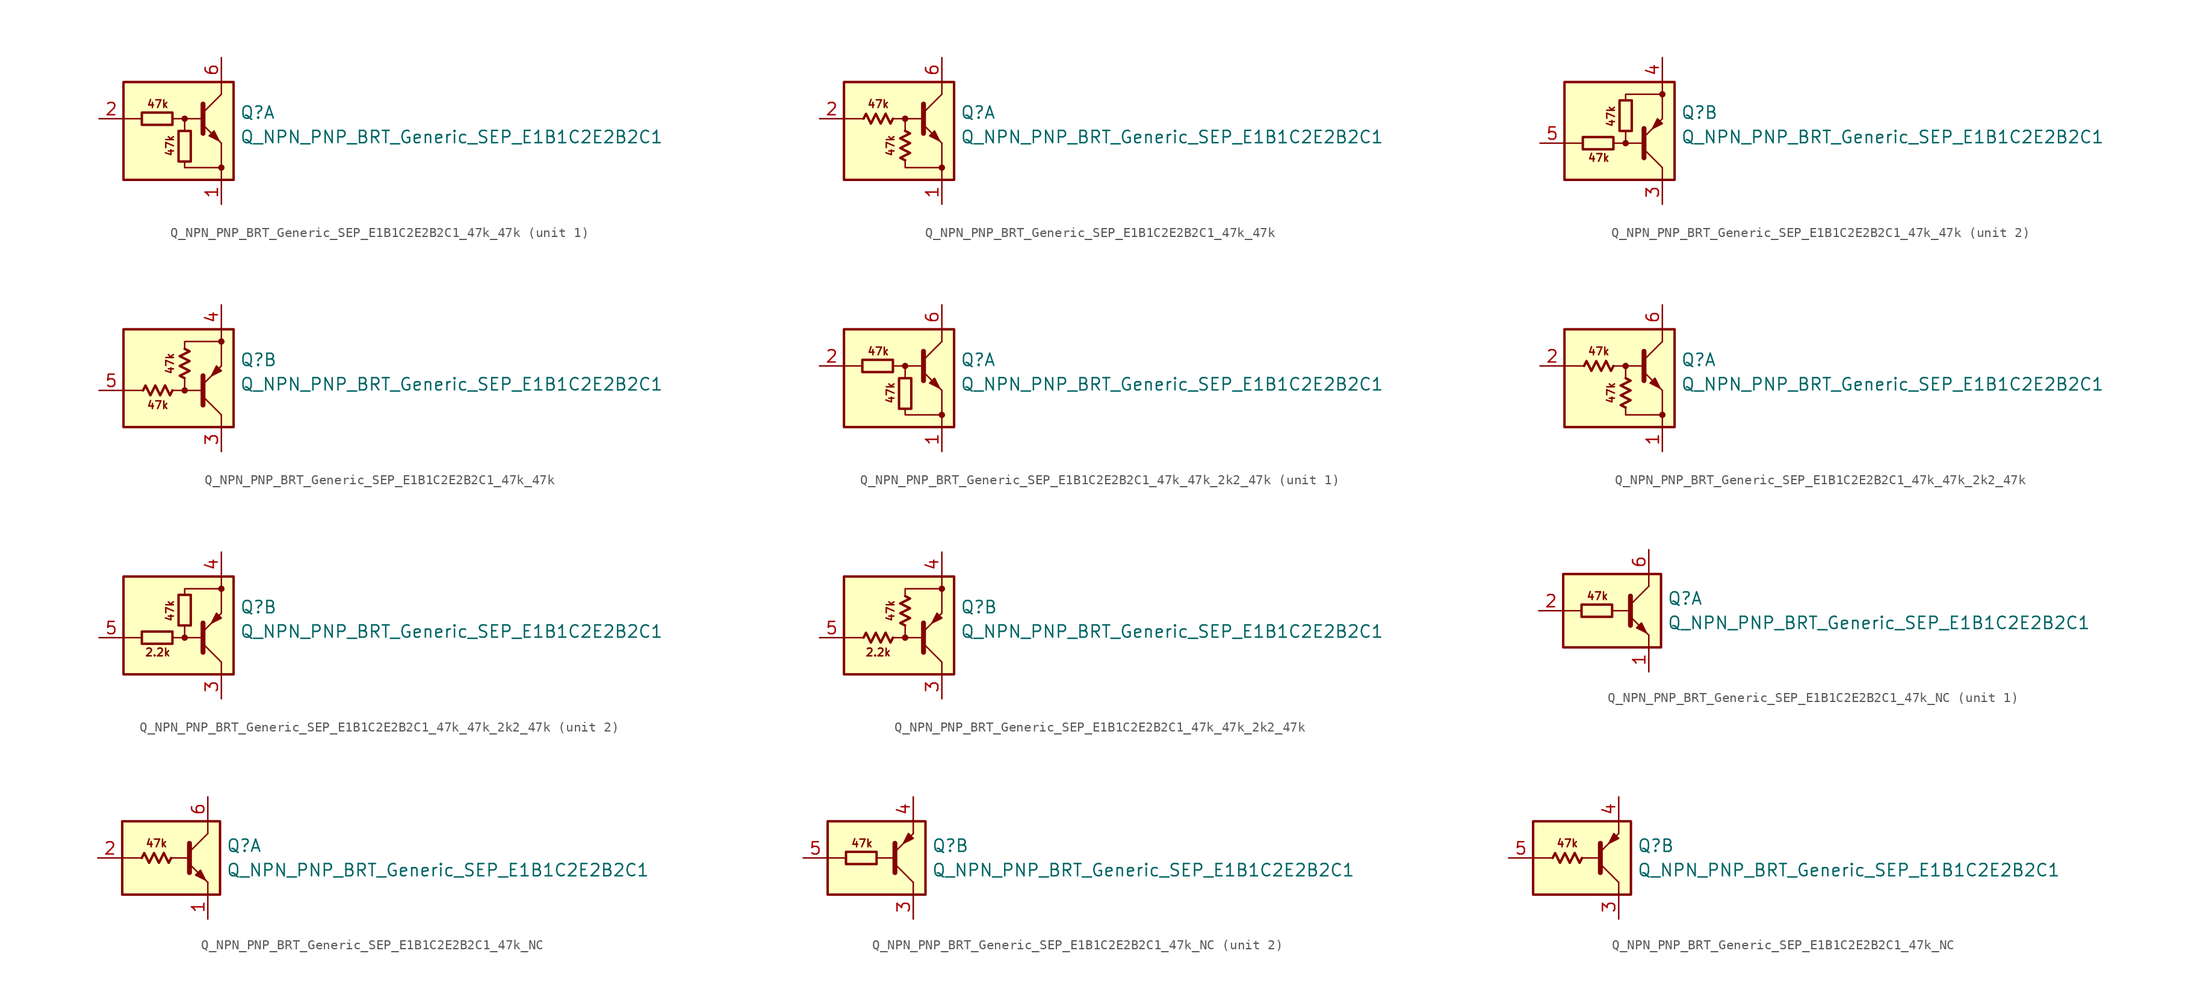
<source format=kicad_sym>
(kicad_symbol_lib
  (version 20220914)
  (generator kicad_symbol_editor)
  (symbol "Q_NPN_PNP_BRT_Generic_SEP_E1B1C2E2B2C1_47k_47k"
    (pin_names
      (offset 1.016) hide)
    (property "Reference" "Q"
      (at 5.715 1.905 0)
      (effects (font (size 1.27 1.27)) (justify left)))
    (property "Value" "Q_NPN_PNP_BRT_Generic_SEP_E1B1C2E2B2C1"
      (at 5.715 -0.635 0)
      (effects (font (size 1.27 1.27)) (justify left)))
    (property "ki_locked" ""
      (at 0 0 0)
      (effects (font (size 1.27 1.27))))
    (symbol "Q_NPN_PNP_BRT_Generic_SEP_E1B1C2E2B2C1_47k_47k_1_0"
      (rectangle (start -6.35 5.08) (end 5.08 -5.08) (stroke (width 0.254) (type default)) (fill (type background)))
      (polyline (pts (xy -4.445 1.27) (xy -6.35 1.27)) (stroke (width 0) (type default)) (fill (type none)))
      (polyline (pts (xy -0.254 1.27) (xy 1.905 1.27)) (stroke (width 0) (type default)) (fill (type none)))
      (polyline (pts (xy 1.905 1.905) (xy 3.81 3.81)) (stroke (width 0) (type default)) (fill (type none)))
      (polyline (pts (xy 1.905 2.794) (xy 1.905 -0.254)) (stroke (width 0.508) (type default)) (fill (type none)))
      (polyline (pts (xy 3.81 -3.81) (xy 3.81 -5.08)) (stroke (width 0) (type default)) (fill (type none)))
      (polyline (pts (xy 3.81 -3.81) (xy 3.81 -1.27)) (stroke (width 0) (type default)) (fill (type none)))
      (polyline (pts (xy 3.81 3.81) (xy 3.81 5.08)) (stroke (width 0) (type default)) (fill (type none)))
      (polyline (pts (xy -1.27 1.27) (xy 0 1.27) (xy 0 0)) (stroke (width 0) (type default)) (fill (type none)))
      (polyline (pts (xy 0 -3.175) (xy 0 -3.81) (xy 3.81 -3.81)) (stroke (width 0) (type default)) (fill (type none)))
      (polyline (pts (xy 1.905 0.635) (xy 3.81 -1.27) (xy 3.81 -1.27)) (stroke (width 0) (type default)) (fill (type none)))
      (polyline (pts (xy 2.54 -0.508) (xy 3.048 0) (xy 3.556 -1.016) (xy 2.54 -0.508) (xy 2.54 -0.508)) (stroke (width 0) (type default)) (fill (type outline)))
      (circle (center 0 1.27) (radius 0.254) (stroke (width 0) (type default)) (fill (type outline)))
      (circle (center 3.81 -3.81) (radius 0.254) (stroke (width 0) (type default)) (fill (type outline)))
      (text "47k" (at -2.794 2.794 0) (effects (font (size 0.8 0.8))))
      (text "47k" (at -1.524 -1.524 900) (effects (font (size 0.8 0.8)))))
    (symbol "Q_NPN_PNP_BRT_Generic_SEP_E1B1C2E2B2C1_47k_47k_1_1"
      (rectangle (start -4.445 1.905) (end -1.27 0.635) (stroke (width 0.254) (type default)) (fill (type none)))
      (rectangle (start -0.635 0) (end 0.635 -3.175) (stroke (width 0.254) (type default)) (fill (type none)))
      (pin passive line (at 3.81 -7.62 90) (length 2.54) (name "E1" (effects (font (size 1.27 1.27)))) (number "1" (effects (font (size 1.27 1.27)))))
      (pin input line (at -8.89 1.27 0) (length 2.54) (name "B1" (effects (font (size 1.27 1.27)))) (number "2" (effects (font (size 1.27 1.27)))))
      (pin passive line (at 3.81 7.62 270) (length 2.54) (name "C1" (effects (font (size 1.27 1.27)))) (number "6" (effects (font (size 1.27 1.27))))))
    (symbol "Q_NPN_PNP_BRT_Generic_SEP_E1B1C2E2B2C1_47k_47k_1_2"
      (polyline (pts (xy -2.032 1.778) (xy -1.524 0.762) (xy -1.27 1.27)) (stroke (width 0.254) (type default)) (fill (type none)))
      (polyline (pts (xy -0.508 -0.762) (xy 0.508 -0.254) (xy 0 0)) (stroke (width 0.254) (type default)) (fill (type none)))
      (polyline (pts (xy -4.318 1.27) (xy -4.064 1.778) (xy -3.556 0.762) (xy -3.048 1.778) (xy -2.54 0.762) (xy -2.032 1.778)) (stroke (width 0.254) (type default)) (fill (type none)))
      (polyline (pts (xy 0 -3.048) (xy -0.508 -2.794) (xy 0.508 -2.286) (xy -0.508 -1.778) (xy 0.508 -1.27) (xy -0.508 -0.762)) (stroke (width 0.254) (type default)) (fill (type none)))
      (pin passive line (at 3.81 -7.62 90) (length 2.54) (name "E1" (effects (font (size 1.27 1.27)))) (number "1" (effects (font (size 1.27 1.27)))))
      (pin input line (at -8.89 1.27 0) (length 2.54) (name "B1" (effects (font (size 1.27 1.27)))) (number "2" (effects (font (size 1.27 1.27)))))
      (pin passive line (at 3.81 7.62 270) (length 2.54) (name "C1" (effects (font (size 1.27 1.27)))) (number "6" (effects (font (size 1.27 1.27))))))
    (symbol "Q_NPN_PNP_BRT_Generic_SEP_E1B1C2E2B2C1_47k_47k_2_0"
      (rectangle (start -6.35 5.08) (end 5.08 -5.08) (stroke (width 0.254) (type default)) (fill (type background)))
      (circle (center 0 -1.27) (radius 0.254) (stroke (width 0) (type default)) (fill (type outline)))
      (polyline (pts (xy -4.445 -1.27) (xy -6.35 -1.27)) (stroke (width 0) (type default)) (fill (type none)))
      (polyline (pts (xy -0.254 -1.27) (xy 1.905 -1.27)) (stroke (width 0) (type default)) (fill (type none)))
      (polyline (pts (xy 1.905 -2.794) (xy 1.905 0.254)) (stroke (width 0.508) (type default)) (fill (type none)))
      (polyline (pts (xy 1.905 -1.905) (xy 3.81 -3.81)) (stroke (width 0) (type default)) (fill (type none)))
      (polyline (pts (xy 3.81 -3.81) (xy 3.81 -5.08)) (stroke (width 0) (type default)) (fill (type none)))
      (polyline (pts (xy 3.81 3.81) (xy 3.81 1.27)) (stroke (width 0) (type default)) (fill (type none)))
      (polyline (pts (xy 3.81 3.81) (xy 3.81 5.08)) (stroke (width 0) (type default)) (fill (type none)))
      (polyline (pts (xy -1.27 -1.27) (xy 0 -1.27) (xy 0 0)) (stroke (width 0) (type default)) (fill (type none)))
      (polyline (pts (xy 0 3.175) (xy 0 3.81) (xy 3.81 3.81)) (stroke (width 0) (type default)) (fill (type none)))
      (polyline (pts (xy 1.905 -0.635) (xy 3.81 1.27) (xy 3.81 1.27)) (stroke (width 0) (type default)) (fill (type none)))
      (polyline (pts (xy 3.81 0.762) (xy 3.302 1.27) (xy 2.794 0.254) (xy 3.81 0.762) (xy 3.81 0.762)) (stroke (width 0) (type default)) (fill (type outline)))
      (circle (center 3.81 3.81) (radius 0.254) (stroke (width 0) (type default)) (fill (type outline)))
      (text "47k" (at -2.794 -2.794 0) (effects (font (size 0.8 0.8))))
      (text "47k" (at -1.524 1.524 900) (effects (font (size 0.8 0.8)))))
    (symbol "Q_NPN_PNP_BRT_Generic_SEP_E1B1C2E2B2C1_47k_47k_2_1"
      (rectangle (start -1.27 -0.635) (end -4.445 -1.905) (stroke (width 0.254) (type default)) (fill (type none)))
      (rectangle (start 0.635 3.175) (end -0.635 0) (stroke (width 0.254) (type default)) (fill (type none)))
      (pin passive line (at 3.81 -7.62 90) (length 2.54) (name "C2" (effects (font (size 1.27 1.27)))) (number "3" (effects (font (size 1.27 1.27)))))
      (pin passive line (at 3.81 7.62 270) (length 2.54) (name "E2" (effects (font (size 1.27 1.27)))) (number "4" (effects (font (size 1.27 1.27)))))
      (pin input line (at -8.89 -1.27 0) (length 2.54) (name "B2" (effects (font (size 1.27 1.27)))) (number "5" (effects (font (size 1.27 1.27))))))
    (symbol "Q_NPN_PNP_BRT_Generic_SEP_E1B1C2E2B2C1_47k_47k_2_2"
      (polyline (pts (xy -2.032 -0.762) (xy -1.524 -1.778) (xy -1.27 -1.27)) (stroke (width 0.254) (type default)) (fill (type none)))
      (polyline (pts (xy -0.508 2.286) (xy 0.508 2.794) (xy 0 3.048)) (stroke (width 0.254) (type default)) (fill (type none)))
      (polyline (pts (xy -4.318 -1.27) (xy -4.064 -0.762) (xy -3.556 -1.778) (xy -3.048 -0.762) (xy -2.54 -1.778) (xy -2.032 -0.762)) (stroke (width 0.254) (type default)) (fill (type none)))
      (polyline (pts (xy 0 0) (xy -0.508 0.254) (xy 0.508 0.762) (xy -0.508 1.27) (xy 0.508 1.778) (xy -0.508 2.286)) (stroke (width 0.254) (type default)) (fill (type none)))
      (pin passive line (at 3.81 -7.62 90) (length 2.54) (name "C2" (effects (font (size 1.27 1.27)))) (number "3" (effects (font (size 1.27 1.27)))))
      (pin passive line (at 3.81 7.62 270) (length 2.54) (name "E2" (effects (font (size 1.27 1.27)))) (number "4" (effects (font (size 1.27 1.27)))))
      (pin input line (at -8.89 -1.27 0) (length 2.54) (name "B2" (effects (font (size 1.27 1.27)))) (number "5" (effects (font (size 1.27 1.27)))))))
  (symbol "Q_NPN_PNP_BRT_Generic_SEP_E1B1C2E2B2C1_47k_47k_2k2_47k"
    (pin_names
      (offset 1.016) hide)
    (property "Reference" "Q"
      (at 5.715 1.905 0)
      (effects (font (size 1.27 1.27)) (justify left)))
    (property "Value" "Q_NPN_PNP_BRT_Generic_SEP_E1B1C2E2B2C1"
      (at 5.715 -0.635 0)
      (effects (font (size 1.27 1.27)) (justify left)))
    (property "ki_locked" ""
      (at 0 0 0)
      (effects (font (size 1.27 1.27))))
    (symbol "Q_NPN_PNP_BRT_Generic_SEP_E1B1C2E2B2C1_47k_47k_2k2_47k_1_0"
      (rectangle (start -6.35 5.08) (end 5.08 -5.08) (stroke (width 0.254) (type default)) (fill (type background)))
      (polyline (pts (xy -4.445 1.27) (xy -6.35 1.27)) (stroke (width 0) (type default)) (fill (type none)))
      (polyline (pts (xy -0.254 1.27) (xy 1.905 1.27)) (stroke (width 0) (type default)) (fill (type none)))
      (polyline (pts (xy 1.905 1.905) (xy 3.81 3.81)) (stroke (width 0) (type default)) (fill (type none)))
      (polyline (pts (xy 1.905 2.794) (xy 1.905 -0.254)) (stroke (width 0.508) (type default)) (fill (type none)))
      (polyline (pts (xy 3.81 -3.81) (xy 3.81 -5.08)) (stroke (width 0) (type default)) (fill (type none)))
      (polyline (pts (xy 3.81 -3.81) (xy 3.81 -1.27)) (stroke (width 0) (type default)) (fill (type none)))
      (polyline (pts (xy 3.81 3.81) (xy 3.81 5.08)) (stroke (width 0) (type default)) (fill (type none)))
      (polyline (pts (xy -1.27 1.27) (xy 0 1.27) (xy 0 0)) (stroke (width 0) (type default)) (fill (type none)))
      (polyline (pts (xy 0 -3.175) (xy 0 -3.81) (xy 3.81 -3.81)) (stroke (width 0) (type default)) (fill (type none)))
      (polyline (pts (xy 1.905 0.635) (xy 3.81 -1.27) (xy 3.81 -1.27)) (stroke (width 0) (type default)) (fill (type none)))
      (polyline (pts (xy 2.54 -0.508) (xy 3.048 0) (xy 3.556 -1.016) (xy 2.54 -0.508) (xy 2.54 -0.508)) (stroke (width 0) (type default)) (fill (type outline)))
      (circle (center 0 1.27) (radius 0.254) (stroke (width 0) (type default)) (fill (type outline)))
      (circle (center 3.81 -3.81) (radius 0.254) (stroke (width 0) (type default)) (fill (type outline)))
      (text "47k" (at -2.794 2.794 0) (effects (font (size 0.8 0.8))))
      (text "47k" (at -1.524 -1.524 900) (effects (font (size 0.8 0.8)))))
    (symbol "Q_NPN_PNP_BRT_Generic_SEP_E1B1C2E2B2C1_47k_47k_2k2_47k_1_1"
      (rectangle (start -4.445 1.905) (end -1.27 0.635) (stroke (width 0.254) (type default)) (fill (type none)))
      (rectangle (start -0.635 0) (end 0.635 -3.175) (stroke (width 0.254) (type default)) (fill (type none)))
      (pin passive line (at 3.81 -7.62 90) (length 2.54) (name "E1" (effects (font (size 1.27 1.27)))) (number "1" (effects (font (size 1.27 1.27)))))
      (pin input line (at -8.89 1.27 0) (length 2.54) (name "B1" (effects (font (size 1.27 1.27)))) (number "2" (effects (font (size 1.27 1.27)))))
      (pin passive line (at 3.81 7.62 270) (length 2.54) (name "C1" (effects (font (size 1.27 1.27)))) (number "6" (effects (font (size 1.27 1.27))))))
    (symbol "Q_NPN_PNP_BRT_Generic_SEP_E1B1C2E2B2C1_47k_47k_2k2_47k_1_2"
      (polyline (pts (xy -2.032 1.778) (xy -1.524 0.762) (xy -1.27 1.27)) (stroke (width 0.254) (type default)) (fill (type none)))
      (polyline (pts (xy -0.508 -0.762) (xy 0.508 -0.254) (xy 0 0)) (stroke (width 0.254) (type default)) (fill (type none)))
      (polyline (pts (xy -4.318 1.27) (xy -4.064 1.778) (xy -3.556 0.762) (xy -3.048 1.778) (xy -2.54 0.762) (xy -2.032 1.778)) (stroke (width 0.254) (type default)) (fill (type none)))
      (polyline (pts (xy 0 -3.048) (xy -0.508 -2.794) (xy 0.508 -2.286) (xy -0.508 -1.778) (xy 0.508 -1.27) (xy -0.508 -0.762)) (stroke (width 0.254) (type default)) (fill (type none)))
      (pin passive line (at 3.81 -7.62 90) (length 2.54) (name "E1" (effects (font (size 1.27 1.27)))) (number "1" (effects (font (size 1.27 1.27)))))
      (pin input line (at -8.89 1.27 0) (length 2.54) (name "B1" (effects (font (size 1.27 1.27)))) (number "2" (effects (font (size 1.27 1.27)))))
      (pin passive line (at 3.81 7.62 270) (length 2.54) (name "C1" (effects (font (size 1.27 1.27)))) (number "6" (effects (font (size 1.27 1.27))))))
    (symbol "Q_NPN_PNP_BRT_Generic_SEP_E1B1C2E2B2C1_47k_47k_2k2_47k_2_0"
      (rectangle (start -6.35 5.08) (end 5.08 -5.08) (stroke (width 0.254) (type default)) (fill (type background)))
      (circle (center 0 -1.27) (radius 0.254) (stroke (width 0) (type default)) (fill (type outline)))
      (polyline (pts (xy -4.445 -1.27) (xy -6.35 -1.27)) (stroke (width 0) (type default)) (fill (type none)))
      (polyline (pts (xy -0.254 -1.27) (xy 1.905 -1.27)) (stroke (width 0) (type default)) (fill (type none)))
      (polyline (pts (xy 1.905 -2.794) (xy 1.905 0.254)) (stroke (width 0.508) (type default)) (fill (type none)))
      (polyline (pts (xy 1.905 -1.905) (xy 3.81 -3.81)) (stroke (width 0) (type default)) (fill (type none)))
      (polyline (pts (xy 3.81 -3.81) (xy 3.81 -5.08)) (stroke (width 0) (type default)) (fill (type none)))
      (polyline (pts (xy 3.81 3.81) (xy 3.81 1.27)) (stroke (width 0) (type default)) (fill (type none)))
      (polyline (pts (xy 3.81 3.81) (xy 3.81 5.08)) (stroke (width 0) (type default)) (fill (type none)))
      (polyline (pts (xy -1.27 -1.27) (xy 0 -1.27) (xy 0 0)) (stroke (width 0) (type default)) (fill (type none)))
      (polyline (pts (xy 0 3.175) (xy 0 3.81) (xy 3.81 3.81)) (stroke (width 0) (type default)) (fill (type none)))
      (polyline (pts (xy 1.905 -0.635) (xy 3.81 1.27) (xy 3.81 1.27)) (stroke (width 0) (type default)) (fill (type none)))
      (polyline (pts (xy 3.81 0.762) (xy 3.302 1.27) (xy 2.794 0.254) (xy 3.81 0.762) (xy 3.81 0.762)) (stroke (width 0) (type default)) (fill (type outline)))
      (circle (center 3.81 3.81) (radius 0.254) (stroke (width 0) (type default)) (fill (type outline)))
      (text "2.2k" (at -2.794 -2.794 0) (effects (font (size 0.8 0.8))))
      (text "47k" (at -1.524 1.524 900) (effects (font (size 0.8 0.8)))))
    (symbol "Q_NPN_PNP_BRT_Generic_SEP_E1B1C2E2B2C1_47k_47k_2k2_47k_2_1"
      (rectangle (start -1.27 -0.635) (end -4.445 -1.905) (stroke (width 0.254) (type default)) (fill (type none)))
      (rectangle (start 0.635 3.175) (end -0.635 0) (stroke (width 0.254) (type default)) (fill (type none)))
      (pin passive line (at 3.81 -7.62 90) (length 2.54) (name "C2" (effects (font (size 1.27 1.27)))) (number "3" (effects (font (size 1.27 1.27)))))
      (pin passive line (at 3.81 7.62 270) (length 2.54) (name "E2" (effects (font (size 1.27 1.27)))) (number "4" (effects (font (size 1.27 1.27)))))
      (pin input line (at -8.89 -1.27 0) (length 2.54) (name "B2" (effects (font (size 1.27 1.27)))) (number "5" (effects (font (size 1.27 1.27))))))
    (symbol "Q_NPN_PNP_BRT_Generic_SEP_E1B1C2E2B2C1_47k_47k_2k2_47k_2_2"
      (polyline (pts (xy -2.032 -0.762) (xy -1.524 -1.778) (xy -1.27 -1.27)) (stroke (width 0.254) (type default)) (fill (type none)))
      (polyline (pts (xy -0.508 2.286) (xy 0.508 2.794) (xy 0 3.048)) (stroke (width 0.254) (type default)) (fill (type none)))
      (polyline (pts (xy -4.318 -1.27) (xy -4.064 -0.762) (xy -3.556 -1.778) (xy -3.048 -0.762) (xy -2.54 -1.778) (xy -2.032 -0.762)) (stroke (width 0.254) (type default)) (fill (type none)))
      (polyline (pts (xy 0 0) (xy -0.508 0.254) (xy 0.508 0.762) (xy -0.508 1.27) (xy 0.508 1.778) (xy -0.508 2.286)) (stroke (width 0.254) (type default)) (fill (type none)))
      (pin passive line (at 3.81 -7.62 90) (length 2.54) (name "C2" (effects (font (size 1.27 1.27)))) (number "3" (effects (font (size 1.27 1.27)))))
      (pin passive line (at 3.81 7.62 270) (length 2.54) (name "E2" (effects (font (size 1.27 1.27)))) (number "4" (effects (font (size 1.27 1.27)))))
      (pin input line (at -8.89 -1.27 0) (length 2.54) (name "B2" (effects (font (size 1.27 1.27)))) (number "5" (effects (font (size 1.27 1.27)))))))
  (symbol "Q_NPN_PNP_BRT_Generic_SEP_E1B1C2E2B2C1_47k_NC"
    (pin_names
      (offset 1.016) hide)
    (property "Reference" "Q"
      (at 5.715 1.27 0)
      (effects (font (size 1.27 1.27)) (justify left)))
    (property "Value" "Q_NPN_PNP_BRT_Generic_SEP_E1B1C2E2B2C1"
      (at 5.715 -1.27 0)
      (effects (font (size 1.27 1.27)) (justify left)))
    (property "ki_locked" ""
      (at 0 0 0)
      (effects (font (size 1.27 1.27))))
    (symbol "Q_NPN_PNP_BRT_Generic_SEP_E1B1C2E2B2C1_47k_NC_1_0"
      (rectangle (start -5.08 3.81) (end 5.08 -3.81) (stroke (width 0.254) (type default)) (fill (type background)))
      (polyline (pts (xy -3.175 0) (xy -5.08 0)) (stroke (width 0) (type default)) (fill (type none)))
      (polyline (pts (xy 0 0) (xy 1.905 0)) (stroke (width 0) (type default)) (fill (type none)))
      (polyline (pts (xy 1.905 0.635) (xy 3.81 2.54)) (stroke (width 0) (type default)) (fill (type none)))
      (polyline (pts (xy 1.905 1.524) (xy 1.905 -1.524)) (stroke (width 0.508) (type default)) (fill (type none)))
      (polyline (pts (xy 3.81 -2.54) (xy 3.81 -3.81)) (stroke (width 0) (type default)) (fill (type none)))
      (polyline (pts (xy 3.81 2.54) (xy 3.81 3.81)) (stroke (width 0) (type default)) (fill (type none)))
      (polyline (pts (xy 1.905 -0.635) (xy 3.81 -2.54) (xy 3.81 -2.54)) (stroke (width 0) (type default)) (fill (type none)))
      (polyline (pts (xy 2.54 -1.778) (xy 3.048 -1.27) (xy 3.556 -2.286) (xy 2.54 -1.778) (xy 2.54 -1.778)) (stroke (width 0) (type default)) (fill (type outline)))
      (text "47k" (at -1.524 1.524 0) (effects (font (size 0.8 0.8)))))
    (symbol "Q_NPN_PNP_BRT_Generic_SEP_E1B1C2E2B2C1_47k_NC_1_1"
      (rectangle (start -3.175 0.635) (end 0 -0.635) (stroke (width 0.254) (type default)) (fill (type none)))
      (pin passive line (at 3.81 -6.35 90) (length 2.54) (name "E1" (effects (font (size 1.27 1.27)))) (number "1" (effects (font (size 1.27 1.27)))))
      (pin input line (at -7.62 0 0) (length 2.54) (name "B1" (effects (font (size 1.27 1.27)))) (number "2" (effects (font (size 1.27 1.27)))))
      (pin passive line (at 3.81 6.35 270) (length 2.54) (name "C1" (effects (font (size 1.27 1.27)))) (number "6" (effects (font (size 1.27 1.27))))))
    (symbol "Q_NPN_PNP_BRT_Generic_SEP_E1B1C2E2B2C1_47k_NC_1_2"
      (polyline (pts (xy -0.762 0.508) (xy -0.254 -0.508) (xy 0 0)) (stroke (width 0.254) (type default)) (fill (type none)))
      (polyline (pts (xy -3.048 0) (xy -2.794 0.508) (xy -2.286 -0.508) (xy -1.778 0.508) (xy -1.27 -0.508) (xy -0.762 0.508)) (stroke (width 0.254) (type default)) (fill (type none)))
      (pin passive line (at 3.81 -6.35 90) (length 2.54) (name "E1" (effects (font (size 1.27 1.27)))) (number "1" (effects (font (size 1.27 1.27)))))
      (pin input line (at -7.62 0 0) (length 2.54) (name "B1" (effects (font (size 1.27 1.27)))) (number "2" (effects (font (size 1.27 1.27)))))
      (pin passive line (at 3.81 6.35 270) (length 2.54) (name "C1" (effects (font (size 1.27 1.27)))) (number "6" (effects (font (size 1.27 1.27))))))
    (symbol "Q_NPN_PNP_BRT_Generic_SEP_E1B1C2E2B2C1_47k_NC_2_0"
      (rectangle (start -5.08 3.81) (end 5.08 -3.81) (stroke (width 0.254) (type default)) (fill (type background)))
      (polyline (pts (xy -3.175 0) (xy -5.08 0)) (stroke (width 0) (type default)) (fill (type none)))
      (polyline (pts (xy 0 0) (xy 1.905 0)) (stroke (width 0) (type default)) (fill (type none)))
      (polyline (pts (xy 1.905 -1.524) (xy 1.905 1.524)) (stroke (width 0.508) (type default)) (fill (type none)))
      (polyline (pts (xy 1.905 -0.635) (xy 3.81 -2.54)) (stroke (width 0) (type default)) (fill (type none)))
      (polyline (pts (xy 3.81 -2.54) (xy 3.81 -3.81)) (stroke (width 0) (type default)) (fill (type none)))
      (polyline (pts (xy 3.81 2.54) (xy 3.81 3.81)) (stroke (width 0) (type default)) (fill (type none)))
      (polyline (pts (xy 1.905 0.635) (xy 3.81 2.54) (xy 3.81 2.54)) (stroke (width 0) (type default)) (fill (type none)))
      (polyline (pts (xy 3.81 2.032) (xy 3.302 2.54) (xy 2.794 1.524) (xy 3.81 2.032) (xy 3.81 2.032)) (stroke (width 0) (type default)) (fill (type outline)))
      (text "47k" (at -1.524 1.524 0) (effects (font (size 0.8 0.8)))))
    (symbol "Q_NPN_PNP_BRT_Generic_SEP_E1B1C2E2B2C1_47k_NC_2_1"
      (rectangle (start 0 0.635) (end -3.175 -0.635) (stroke (width 0.254) (type default)) (fill (type none)))
      (pin passive line (at 3.81 -6.35 90) (length 2.54) (name "C2" (effects (font (size 1.27 1.27)))) (number "3" (effects (font (size 1.27 1.27)))))
      (pin passive line (at 3.81 6.35 270) (length 2.54) (name "E2" (effects (font (size 1.27 1.27)))) (number "4" (effects (font (size 1.27 1.27)))))
      (pin input line (at -7.62 0 0) (length 2.54) (name "B2" (effects (font (size 1.27 1.27)))) (number "5" (effects (font (size 1.27 1.27))))))
    (symbol "Q_NPN_PNP_BRT_Generic_SEP_E1B1C2E2B2C1_47k_NC_2_2"
      (polyline (pts (xy -0.762 0.508) (xy -0.254 -0.508) (xy 0 0)) (stroke (width 0.254) (type default)) (fill (type none)))
      (polyline (pts (xy -3.048 0) (xy -2.794 0.508) (xy -2.286 -0.508) (xy -1.778 0.508) (xy -1.27 -0.508) (xy -0.762 0.508)) (stroke (width 0.254) (type default)) (fill (type none)))
      (pin passive line (at 3.81 -6.35 90) (length 2.54) (name "C2" (effects (font (size 1.27 1.27)))) (number "3" (effects (font (size 1.27 1.27)))))
      (pin passive line (at 3.81 6.35 270) (length 2.54) (name "E2" (effects (font (size 1.27 1.27)))) (number "4" (effects (font (size 1.27 1.27)))))
      (pin input line (at -7.62 0 0) (length 2.54) (name "B2" (effects (font (size 1.27 1.27)))) (number "5" (effects (font (size 1.27 1.27))))))))
</source>
